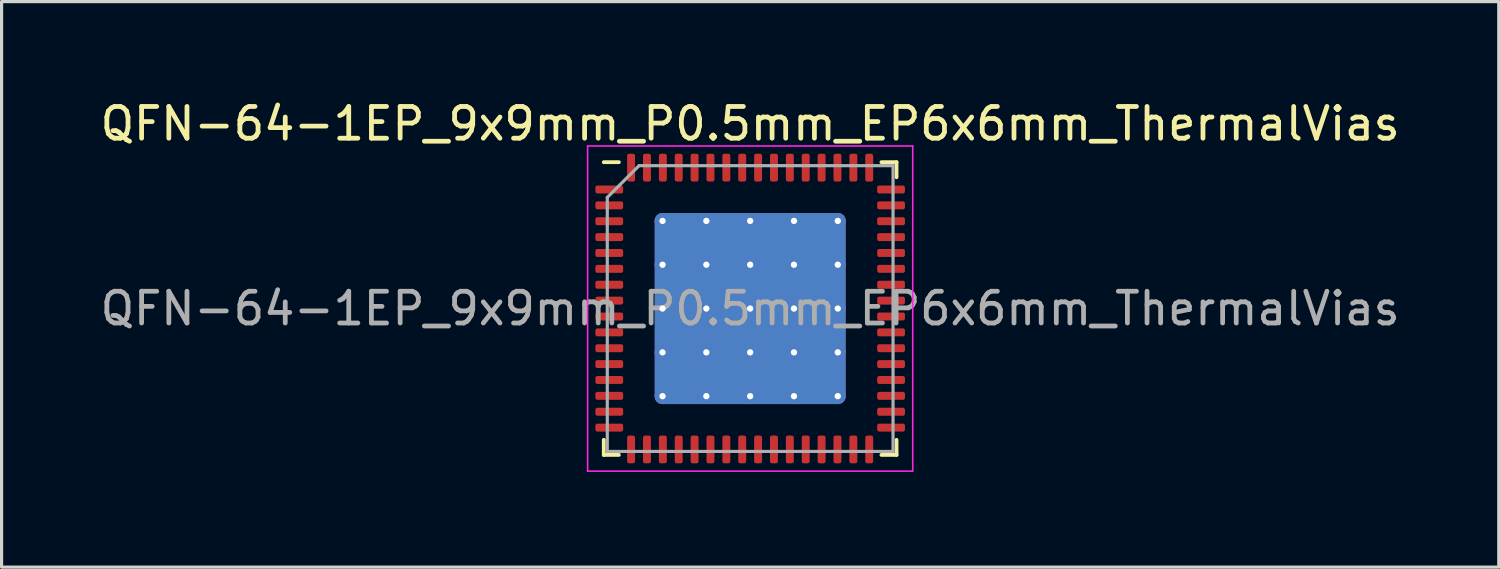
<source format=kicad_pcb>
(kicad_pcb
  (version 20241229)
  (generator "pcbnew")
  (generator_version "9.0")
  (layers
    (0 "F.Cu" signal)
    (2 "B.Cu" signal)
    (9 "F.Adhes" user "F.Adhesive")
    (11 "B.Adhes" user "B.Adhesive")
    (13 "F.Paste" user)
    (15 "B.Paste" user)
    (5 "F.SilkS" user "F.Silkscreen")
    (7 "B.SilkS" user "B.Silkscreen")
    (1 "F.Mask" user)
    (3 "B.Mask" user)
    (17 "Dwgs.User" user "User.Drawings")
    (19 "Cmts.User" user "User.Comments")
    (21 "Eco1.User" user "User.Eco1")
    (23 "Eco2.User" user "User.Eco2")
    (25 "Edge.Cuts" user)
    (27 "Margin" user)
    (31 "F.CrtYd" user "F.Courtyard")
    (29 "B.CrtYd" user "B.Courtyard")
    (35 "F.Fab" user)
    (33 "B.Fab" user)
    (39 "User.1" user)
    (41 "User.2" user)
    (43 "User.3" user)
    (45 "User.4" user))
  (footprint "QFN-64-1EP_9x9mm_P0.5mm_EP6x6mm_ThermalVias"
    (layer "F.Cu")
    (at 20.577 6.668)
    (property "Reference" "QFN-64-1EP_9x9mm_P0.5mm_EP6x6mm_ThermalVias" (at 0 -5.82 0) (layer "F.SilkS") (effects (font (size 1 1) (thickness 0.15))))
    (attr smd)
    (fp_line (start -4.61 4.61) (end -4.61 4.135) (stroke (width 0.12) (type solid)) (layer "F.SilkS"))
    (fp_line (start -4.135 -4.61) (end -4.61 -4.61) (stroke (width 0.12) (type solid)) (layer "F.SilkS"))
    (fp_line (start -4.135 4.61) (end -4.61 4.61) (stroke (width 0.12) (type solid)) (layer "F.SilkS"))
    (fp_line (start 4.135 -4.61) (end 4.61 -4.61) (stroke (width 0.12) (type solid)) (layer "F.SilkS"))
    (fp_line (start 4.135 4.61) (end 4.61 4.61) (stroke (width 0.12) (type solid)) (layer "F.SilkS"))
    (fp_line (start 4.61 -4.61) (end 4.61 -4.135) (stroke (width 0.12) (type solid)) (layer "F.SilkS"))
    (fp_line (start 4.61 4.61) (end 4.61 4.135) (stroke (width 0.12) (type solid)) (layer "F.SilkS"))
    (fp_line (start -5.12 -5.12) (end -5.12 5.12) (stroke (width 0.05) (type solid)) (layer "F.CrtYd"))
    (fp_line (start -5.12 5.12) (end 5.12 5.12) (stroke (width 0.05) (type solid)) (layer "F.CrtYd"))
    (fp_line (start 5.12 -5.12) (end -5.12 -5.12) (stroke (width 0.05) (type solid)) (layer "F.CrtYd"))
    (fp_line (start 5.12 5.12) (end 5.12 -5.12) (stroke (width 0.05) (type solid)) (layer "F.CrtYd"))
    (fp_line (start -4.5 -3.5) (end -3.5 -4.5) (stroke (width 0.1) (type solid)) (layer "F.Fab"))
    (fp_line (start -4.5 4.5) (end -4.5 -3.5) (stroke (width 0.1) (type solid)) (layer "F.Fab"))
    (fp_line (start -3.5 -4.5) (end 4.5 -4.5) (stroke (width 0.1) (type solid)) (layer "F.Fab"))
    (fp_line (start 4.5 -4.5) (end 4.5 4.5) (stroke (width 0.1) (type solid)) (layer "F.Fab"))
    (fp_line (start 4.5 4.5) (end -4.5 4.5) (stroke (width 0.1) (type solid)) (layer "F.Fab"))
    (fp_text user "${REFERENCE}" (at 0 0 0) (layer "F.Fab") (effects (font (size 1 1) (thickness 0.15))))
    (pad "" smd custom (at -2.07 -2.07) (size 1.13 1.13) (layers "F.Paste") (options (anchor circle)) (primitives (gr_poly (pts (xy -0.605 -0.492) (xy -0.492 -0.605) (xy 0.492 -0.605) (xy 0.605 -0.492) (xy 0.605 0.492) (xy 0.492 0.605) (xy -0.492 0.605) (xy -0.605 0.492)) (width 0) (fill yes))))
    (pad "" smd custom (at -2.07 -0.69) (size 1.13 1.13) (layers "F.Paste") (options (anchor circle)) (primitives (gr_poly (pts (xy -0.605 -0.492) (xy -0.492 -0.605) (xy 0.492 -0.605) (xy 0.605 -0.492) (xy 0.605 0.492) (xy 0.492 0.605) (xy -0.492 0.605) (xy -0.605 0.492)) (width 0) (fill yes))))
    (pad "" smd custom (at -2.07 0.69) (size 1.13 1.13) (layers "F.Paste") (options (anchor circle)) (primitives (gr_poly (pts (xy -0.605 -0.492) (xy -0.492 -0.605) (xy 0.492 -0.605) (xy 0.605 -0.492) (xy 0.605 0.492) (xy 0.492 0.605) (xy -0.492 0.605) (xy -0.605 0.492)) (width 0) (fill yes))))
    (pad "" smd custom (at -2.07 2.07) (size 1.13 1.13) (layers "F.Paste") (options (anchor circle)) (primitives (gr_poly (pts (xy -0.605 -0.492) (xy -0.492 -0.605) (xy 0.492 -0.605) (xy 0.605 -0.492) (xy 0.605 0.492) (xy 0.492 0.605) (xy -0.492 0.605) (xy -0.605 0.492)) (width 0) (fill yes))))
    (pad "" smd custom (at -0.69 -2.07) (size 1.13 1.13) (layers "F.Paste") (options (anchor circle)) (primitives (gr_poly (pts (xy -0.605 -0.492) (xy -0.492 -0.605) (xy 0.492 -0.605) (xy 0.605 -0.492) (xy 0.605 0.492) (xy 0.492 0.605) (xy -0.492 0.605) (xy -0.605 0.492)) (width 0) (fill yes))))
    (pad "" smd custom (at -0.69 -0.69) (size 1.13 1.13) (layers "F.Paste") (options (anchor circle)) (primitives (gr_poly (pts (xy -0.605 -0.492) (xy -0.492 -0.605) (xy 0.492 -0.605) (xy 0.605 -0.492) (xy 0.605 0.492) (xy 0.492 0.605) (xy -0.492 0.605) (xy -0.605 0.492)) (width 0) (fill yes))))
    (pad "" smd custom (at -0.69 0.69) (size 1.13 1.13) (layers "F.Paste") (options (anchor circle)) (primitives (gr_poly (pts (xy -0.605 -0.492) (xy -0.492 -0.605) (xy 0.492 -0.605) (xy 0.605 -0.492) (xy 0.605 0.492) (xy 0.492 0.605) (xy -0.492 0.605) (xy -0.605 0.492)) (width 0) (fill yes))))
    (pad "" smd custom (at -0.69 2.07) (size 1.13 1.13) (layers "F.Paste") (options (anchor circle)) (primitives (gr_poly (pts (xy -0.605 -0.492) (xy -0.492 -0.605) (xy 0.492 -0.605) (xy 0.605 -0.492) (xy 0.605 0.492) (xy 0.492 0.605) (xy -0.492 0.605) (xy -0.605 0.492)) (width 0) (fill yes))))
    (pad "" smd custom (at 0.69 -2.07) (size 1.13 1.13) (layers "F.Paste") (options (anchor circle)) (primitives (gr_poly (pts (xy -0.605 -0.492) (xy -0.492 -0.605) (xy 0.492 -0.605) (xy 0.605 -0.492) (xy 0.605 0.492) (xy 0.492 0.605) (xy -0.492 0.605) (xy -0.605 0.492)) (width 0) (fill yes))))
    (pad "" smd custom (at 0.69 -0.69) (size 1.13 1.13) (layers "F.Paste") (options (anchor circle)) (primitives (gr_poly (pts (xy -0.605 -0.492) (xy -0.492 -0.605) (xy 0.492 -0.605) (xy 0.605 -0.492) (xy 0.605 0.492) (xy 0.492 0.605) (xy -0.492 0.605) (xy -0.605 0.492)) (width 0) (fill yes))))
    (pad "" smd custom (at 0.69 0.69) (size 1.13 1.13) (layers "F.Paste") (options (anchor circle)) (primitives (gr_poly (pts (xy -0.605 -0.492) (xy -0.492 -0.605) (xy 0.492 -0.605) (xy 0.605 -0.492) (xy 0.605 0.492) (xy 0.492 0.605) (xy -0.492 0.605) (xy -0.605 0.492)) (width 0) (fill yes))))
    (pad "" smd custom (at 0.69 2.07) (size 1.13 1.13) (layers "F.Paste") (options (anchor circle)) (primitives (gr_poly (pts (xy -0.605 -0.492) (xy -0.492 -0.605) (xy 0.492 -0.605) (xy 0.605 -0.492) (xy 0.605 0.492) (xy 0.492 0.605) (xy -0.492 0.605) (xy -0.605 0.492)) (width 0) (fill yes))))
    (pad "" smd custom (at 2.07 -2.07) (size 1.13 1.13) (layers "F.Paste") (options (anchor circle)) (primitives (gr_poly (pts (xy -0.605 -0.492) (xy -0.492 -0.605) (xy 0.492 -0.605) (xy 0.605 -0.492) (xy 0.605 0.492) (xy 0.492 0.605) (xy -0.492 0.605) (xy -0.605 0.492)) (width 0) (fill yes))))
    (pad "" smd custom (at 2.07 -0.69) (size 1.13 1.13) (layers "F.Paste") (options (anchor circle)) (primitives (gr_poly (pts (xy -0.605 -0.492) (xy -0.492 -0.605) (xy 0.492 -0.605) (xy 0.605 -0.492) (xy 0.605 0.492) (xy 0.492 0.605) (xy -0.492 0.605) (xy -0.605 0.492)) (width 0) (fill yes))))
    (pad "" smd custom (at 2.07 0.69) (size 1.13 1.13) (layers "F.Paste") (options (anchor circle)) (primitives (gr_poly (pts (xy -0.605 -0.492) (xy -0.492 -0.605) (xy 0.492 -0.605) (xy 0.605 -0.492) (xy 0.605 0.492) (xy 0.492 0.605) (xy -0.492 0.605) (xy -0.605 0.492)) (width 0) (fill yes))))
    (pad "" smd custom (at 2.07 2.07) (size 1.13 1.13) (layers "F.Paste") (options (anchor circle)) (primitives (gr_poly (pts (xy -0.605 -0.492) (xy -0.492 -0.605) (xy 0.492 -0.605) (xy 0.605 -0.492) (xy 0.605 0.492) (xy 0.492 0.605) (xy -0.492 0.605) (xy -0.605 0.492)) (width 0) (fill yes))))
    (pad "1" smd roundrect (at -4.438 -3.75) (size 0.875 0.25) (layers "F.Cu" "F.Mask" "F.Paste") (roundrect_rratio 0.25))
    (pad "2" smd roundrect (at -4.438 -3.25) (size 0.875 0.25) (layers "F.Cu" "F.Mask" "F.Paste") (roundrect_rratio 0.25))
    (pad "3" smd roundrect (at -4.438 -2.75) (size 0.875 0.25) (layers "F.Cu" "F.Mask" "F.Paste") (roundrect_rratio 0.25))
    (pad "4" smd roundrect (at -4.438 -2.25) (size 0.875 0.25) (layers "F.Cu" "F.Mask" "F.Paste") (roundrect_rratio 0.25))
    (pad "5" smd roundrect (at -4.438 -1.75) (size 0.875 0.25) (layers "F.Cu" "F.Mask" "F.Paste") (roundrect_rratio 0.25))
    (pad "6" smd roundrect (at -4.438 -1.25) (size 0.875 0.25) (layers "F.Cu" "F.Mask" "F.Paste") (roundrect_rratio 0.25))
    (pad "7" smd roundrect (at -4.438 -0.75) (size 0.875 0.25) (layers "F.Cu" "F.Mask" "F.Paste") (roundrect_rratio 0.25))
    (pad "8" smd roundrect (at -4.438 -0.25) (size 0.875 0.25) (layers "F.Cu" "F.Mask" "F.Paste") (roundrect_rratio 0.25))
    (pad "9" smd roundrect (at -4.438 0.25) (size 0.875 0.25) (layers "F.Cu" "F.Mask" "F.Paste") (roundrect_rratio 0.25))
    (pad "10" smd roundrect (at -4.438 0.75) (size 0.875 0.25) (layers "F.Cu" "F.Mask" "F.Paste") (roundrect_rratio 0.25))
    (pad "11" smd roundrect (at -4.438 1.25) (size 0.875 0.25) (layers "F.Cu" "F.Mask" "F.Paste") (roundrect_rratio 0.25))
    (pad "12" smd roundrect (at -4.438 1.75) (size 0.875 0.25) (layers "F.Cu" "F.Mask" "F.Paste") (roundrect_rratio 0.25))
    (pad "13" smd roundrect (at -4.438 2.25) (size 0.875 0.25) (layers "F.Cu" "F.Mask" "F.Paste") (roundrect_rratio 0.25))
    (pad "14" smd roundrect (at -4.438 2.75) (size 0.875 0.25) (layers "F.Cu" "F.Mask" "F.Paste") (roundrect_rratio 0.25))
    (pad "15" smd roundrect (at -4.438 3.25) (size 0.875 0.25) (layers "F.Cu" "F.Mask" "F.Paste") (roundrect_rratio 0.25))
    (pad "16" smd roundrect (at -4.438 3.75) (size 0.875 0.25) (layers "F.Cu" "F.Mask" "F.Paste") (roundrect_rratio 0.25))
    (pad "17" smd roundrect (at -3.75 4.438) (size 0.25 0.875) (layers "F.Cu" "F.Mask" "F.Paste") (roundrect_rratio 0.25))
    (pad "18" smd roundrect (at -3.25 4.438) (size 0.25 0.875) (layers "F.Cu" "F.Mask" "F.Paste") (roundrect_rratio 0.25))
    (pad "19" smd roundrect (at -2.75 4.438) (size 0.25 0.875) (layers "F.Cu" "F.Mask" "F.Paste") (roundrect_rratio 0.25))
    (pad "20" smd roundrect (at -2.25 4.438) (size 0.25 0.875) (layers "F.Cu" "F.Mask" "F.Paste") (roundrect_rratio 0.25))
    (pad "21" smd roundrect (at -1.75 4.438) (size 0.25 0.875) (layers "F.Cu" "F.Mask" "F.Paste") (roundrect_rratio 0.25))
    (pad "22" smd roundrect (at -1.25 4.438) (size 0.25 0.875) (layers "F.Cu" "F.Mask" "F.Paste") (roundrect_rratio 0.25))
    (pad "23" smd roundrect (at -0.75 4.438) (size 0.25 0.875) (layers "F.Cu" "F.Mask" "F.Paste") (roundrect_rratio 0.25))
    (pad "24" smd roundrect (at -0.25 4.438) (size 0.25 0.875) (layers "F.Cu" "F.Mask" "F.Paste") (roundrect_rratio 0.25))
    (pad "25" smd roundrect (at 0.25 4.438) (size 0.25 0.875) (layers "F.Cu" "F.Mask" "F.Paste") (roundrect_rratio 0.25))
    (pad "26" smd roundrect (at 0.75 4.438) (size 0.25 0.875) (layers "F.Cu" "F.Mask" "F.Paste") (roundrect_rratio 0.25))
    (pad "27" smd roundrect (at 1.25 4.438) (size 0.25 0.875) (layers "F.Cu" "F.Mask" "F.Paste") (roundrect_rratio 0.25))
    (pad "28" smd roundrect (at 1.75 4.438) (size 0.25 0.875) (layers "F.Cu" "F.Mask" "F.Paste") (roundrect_rratio 0.25))
    (pad "29" smd roundrect (at 2.25 4.438) (size 0.25 0.875) (layers "F.Cu" "F.Mask" "F.Paste") (roundrect_rratio 0.25))
    (pad "30" smd roundrect (at 2.75 4.438) (size 0.25 0.875) (layers "F.Cu" "F.Mask" "F.Paste") (roundrect_rratio 0.25))
    (pad "31" smd roundrect (at 3.25 4.438) (size 0.25 0.875) (layers "F.Cu" "F.Mask" "F.Paste") (roundrect_rratio 0.25))
    (pad "32" smd roundrect (at 3.75 4.438) (size 0.25 0.875) (layers "F.Cu" "F.Mask" "F.Paste") (roundrect_rratio 0.25))
    (pad "33" smd roundrect (at 4.438 3.75) (size 0.875 0.25) (layers "F.Cu" "F.Mask" "F.Paste") (roundrect_rratio 0.25))
    (pad "34" smd roundrect (at 4.438 3.25) (size 0.875 0.25) (layers "F.Cu" "F.Mask" "F.Paste") (roundrect_rratio 0.25))
    (pad "35" smd roundrect (at 4.438 2.75) (size 0.875 0.25) (layers "F.Cu" "F.Mask" "F.Paste") (roundrect_rratio 0.25))
    (pad "36" smd roundrect (at 4.438 2.25) (size 0.875 0.25) (layers "F.Cu" "F.Mask" "F.Paste") (roundrect_rratio 0.25))
    (pad "37" smd roundrect (at 4.438 1.75) (size 0.875 0.25) (layers "F.Cu" "F.Mask" "F.Paste") (roundrect_rratio 0.25))
    (pad "38" smd roundrect (at 4.438 1.25) (size 0.875 0.25) (layers "F.Cu" "F.Mask" "F.Paste") (roundrect_rratio 0.25))
    (pad "39" smd roundrect (at 4.438 0.75) (size 0.875 0.25) (layers "F.Cu" "F.Mask" "F.Paste") (roundrect_rratio 0.25))
    (pad "40" smd roundrect (at 4.438 0.25) (size 0.875 0.25) (layers "F.Cu" "F.Mask" "F.Paste") (roundrect_rratio 0.25))
    (pad "41" smd roundrect (at 4.438 -0.25) (size 0.875 0.25) (layers "F.Cu" "F.Mask" "F.Paste") (roundrect_rratio 0.25))
    (pad "42" smd roundrect (at 4.438 -0.75) (size 0.875 0.25) (layers "F.Cu" "F.Mask" "F.Paste") (roundrect_rratio 0.25))
    (pad "43" smd roundrect (at 4.438 -1.25) (size 0.875 0.25) (layers "F.Cu" "F.Mask" "F.Paste") (roundrect_rratio 0.25))
    (pad "44" smd roundrect (at 4.438 -1.75) (size 0.875 0.25) (layers "F.Cu" "F.Mask" "F.Paste") (roundrect_rratio 0.25))
    (pad "45" smd roundrect (at 4.438 -2.25) (size 0.875 0.25) (layers "F.Cu" "F.Mask" "F.Paste") (roundrect_rratio 0.25))
    (pad "46" smd roundrect (at 4.438 -2.75) (size 0.875 0.25) (layers "F.Cu" "F.Mask" "F.Paste") (roundrect_rratio 0.25))
    (pad "47" smd roundrect (at 4.438 -3.25) (size 0.875 0.25) (layers "F.Cu" "F.Mask" "F.Paste") (roundrect_rratio 0.25))
    (pad "48" smd roundrect (at 4.438 -3.75) (size 0.875 0.25) (layers "F.Cu" "F.Mask" "F.Paste") (roundrect_rratio 0.25))
    (pad "49" smd roundrect (at 3.75 -4.438) (size 0.25 0.875) (layers "F.Cu" "F.Mask" "F.Paste") (roundrect_rratio 0.25))
    (pad "50" smd roundrect (at 3.25 -4.438) (size 0.25 0.875) (layers "F.Cu" "F.Mask" "F.Paste") (roundrect_rratio 0.25))
    (pad "51" smd roundrect (at 2.75 -4.438) (size 0.25 0.875) (layers "F.Cu" "F.Mask" "F.Paste") (roundrect_rratio 0.25))
    (pad "52" smd roundrect (at 2.25 -4.438) (size 0.25 0.875) (layers "F.Cu" "F.Mask" "F.Paste") (roundrect_rratio 0.25))
    (pad "53" smd roundrect (at 1.75 -4.438) (size 0.25 0.875) (layers "F.Cu" "F.Mask" "F.Paste") (roundrect_rratio 0.25))
    (pad "54" smd roundrect (at 1.25 -4.438) (size 0.25 0.875) (layers "F.Cu" "F.Mask" "F.Paste") (roundrect_rratio 0.25))
    (pad "55" smd roundrect (at 0.75 -4.438) (size 0.25 0.875) (layers "F.Cu" "F.Mask" "F.Paste") (roundrect_rratio 0.25))
    (pad "56" smd roundrect (at 0.25 -4.438) (size 0.25 0.875) (layers "F.Cu" "F.Mask" "F.Paste") (roundrect_rratio 0.25))
    (pad "57" smd roundrect (at -0.25 -4.438) (size 0.25 0.875) (layers "F.Cu" "F.Mask" "F.Paste") (roundrect_rratio 0.25))
    (pad "58" smd roundrect (at -0.75 -4.438) (size 0.25 0.875) (layers "F.Cu" "F.Mask" "F.Paste") (roundrect_rratio 0.25))
    (pad "59" smd roundrect (at -1.25 -4.438) (size 0.25 0.875) (layers "F.Cu" "F.Mask" "F.Paste") (roundrect_rratio 0.25))
    (pad "60" smd roundrect (at -1.75 -4.438) (size 0.25 0.875) (layers "F.Cu" "F.Mask" "F.Paste") (roundrect_rratio 0.25))
    (pad "61" smd roundrect (at -2.25 -4.438) (size 0.25 0.875) (layers "F.Cu" "F.Mask" "F.Paste") (roundrect_rratio 0.25))
    (pad "62" smd roundrect (at -2.75 -4.438) (size 0.25 0.875) (layers "F.Cu" "F.Mask" "F.Paste") (roundrect_rratio 0.25))
    (pad "63" smd roundrect (at -3.25 -4.438) (size 0.25 0.875) (layers "F.Cu" "F.Mask" "F.Paste") (roundrect_rratio 0.25))
    (pad "64" smd roundrect (at -3.75 -4.438) (size 0.25 0.875) (layers "F.Cu" "F.Mask" "F.Paste") (roundrect_rratio 0.25))
    (pad "65" thru_hole circle (at -2.76 -2.76) (size 0.5 0.5) (drill 0.2) (layers "*.Cu"))
    (pad "65" thru_hole circle (at -2.76 -1.38) (size 0.5 0.5) (drill 0.2) (layers "*.Cu"))
    (pad "65" thru_hole circle (at -2.76 0) (size 0.5 0.5) (drill 0.2) (layers "*.Cu"))
    (pad "65" thru_hole circle (at -2.76 1.38) (size 0.5 0.5) (drill 0.2) (layers "*.Cu"))
    (pad "65" thru_hole circle (at -2.76 2.76) (size 0.5 0.5) (drill 0.2) (layers "*.Cu"))
    (pad "65" thru_hole circle (at -1.38 -2.76) (size 0.5 0.5) (drill 0.2) (layers "*.Cu"))
    (pad "65" thru_hole circle (at -1.38 -1.38) (size 0.5 0.5) (drill 0.2) (layers "*.Cu"))
    (pad "65" thru_hole circle (at -1.38 0) (size 0.5 0.5) (drill 0.2) (layers "*.Cu"))
    (pad "65" thru_hole circle (at -1.38 1.38) (size 0.5 0.5) (drill 0.2) (layers "*.Cu"))
    (pad "65" thru_hole circle (at -1.38 2.76) (size 0.5 0.5) (drill 0.2) (layers "*.Cu"))
    (pad "65" thru_hole circle (at 0 -2.76) (size 0.5 0.5) (drill 0.2) (layers "*.Cu"))
    (pad "65" thru_hole circle (at 0 -1.38) (size 0.5 0.5) (drill 0.2) (layers "*.Cu"))
    (pad "65" thru_hole circle (at 0 0) (size 0.5 0.5) (drill 0.2) (layers "*.Cu"))
    (pad "65" smd roundrect (at 0 0) (size 6 6) (layers "F.Cu" "F.Mask") (roundrect_rratio 0.042))
    (pad "65" smd roundrect (at 0 0) (size 6.02 6.02) (layers "B.Cu") (roundrect_rratio 0.042))
    (pad "65" thru_hole circle (at 0 1.38) (size 0.5 0.5) (drill 0.2) (layers "*.Cu"))
    (pad "65" thru_hole circle (at 0 2.76) (size 0.5 0.5) (drill 0.2) (layers "*.Cu"))
    (pad "65" thru_hole circle (at 1.38 -2.76) (size 0.5 0.5) (drill 0.2) (layers "*.Cu"))
    (pad "65" thru_hole circle (at 1.38 -1.38) (size 0.5 0.5) (drill 0.2) (layers "*.Cu"))
    (pad "65" thru_hole circle (at 1.38 0) (size 0.5 0.5) (drill 0.2) (layers "*.Cu"))
    (pad "65" thru_hole circle (at 1.38 1.38) (size 0.5 0.5) (drill 0.2) (layers "*.Cu"))
    (pad "65" thru_hole circle (at 1.38 2.76) (size 0.5 0.5) (drill 0.2) (layers "*.Cu"))
    (pad "65" thru_hole circle (at 2.76 -2.76) (size 0.5 0.5) (drill 0.2) (layers "*.Cu"))
    (pad "65" thru_hole circle (at 2.76 -1.38) (size 0.5 0.5) (drill 0.2) (layers "*.Cu"))
    (pad "65" thru_hole circle (at 2.76 0) (size 0.5 0.5) (drill 0.2) (layers "*.Cu"))
    (pad "65" thru_hole circle (at 2.76 1.38) (size 0.5 0.5) (drill 0.2) (layers "*.Cu"))
    (pad "65" thru_hole circle (at 2.76 2.76) (size 0.5 0.5) (drill 0.2) (layers "*.Cu")))
  (gr_rect
    (start -3 -3)
    (end 44.155 14.813)
    (stroke (width 0.1) (type default))
    (fill no)
    (layer "Edge.Cuts")))
</source>
